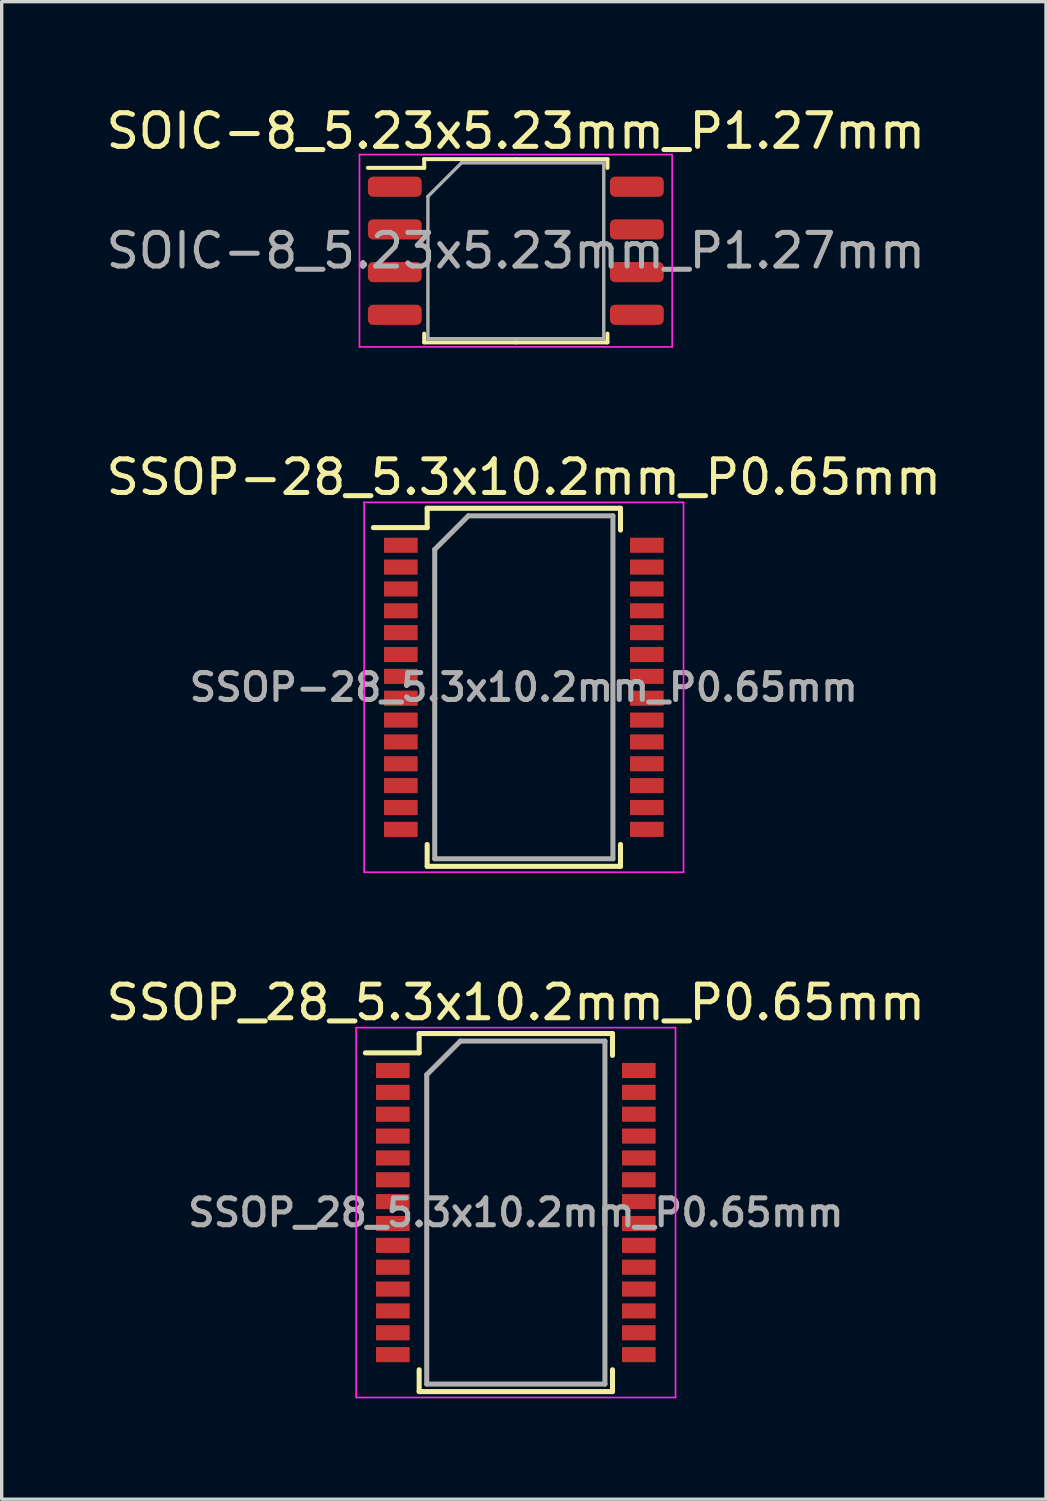
<source format=kicad_pcb>
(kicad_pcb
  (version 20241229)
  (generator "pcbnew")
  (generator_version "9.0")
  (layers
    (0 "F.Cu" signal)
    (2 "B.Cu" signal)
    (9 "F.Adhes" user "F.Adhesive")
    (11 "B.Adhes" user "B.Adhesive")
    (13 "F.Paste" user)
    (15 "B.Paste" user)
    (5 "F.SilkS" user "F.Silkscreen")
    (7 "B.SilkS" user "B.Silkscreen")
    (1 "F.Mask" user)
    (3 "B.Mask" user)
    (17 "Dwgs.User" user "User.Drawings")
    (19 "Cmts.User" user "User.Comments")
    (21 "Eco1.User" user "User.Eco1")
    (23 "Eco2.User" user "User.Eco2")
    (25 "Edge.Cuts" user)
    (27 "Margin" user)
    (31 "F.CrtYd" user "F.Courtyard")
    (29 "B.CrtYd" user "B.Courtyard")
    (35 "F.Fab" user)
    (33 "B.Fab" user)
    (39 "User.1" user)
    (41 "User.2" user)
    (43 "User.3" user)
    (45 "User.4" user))
  (footprint "SOIC-8_5.23x5.23mm_P1.27mm"
    (layer "F.Cu")
    (at 12.292 4.408)
    (property "Reference" "SOIC-8_5.23x5.23mm_P1.27mm" (at 0 -3.56 0) (layer "F.SilkS") (effects (font (size 1 1) (thickness 0.15))))
    (attr smd)
    (fp_line (start -2.725 -2.725) (end -2.725 -2.465) (stroke (width 0.12) (type solid)) (layer "F.SilkS"))
    (fp_line (start -2.725 -2.465) (end -4.4 -2.465) (stroke (width 0.12) (type solid)) (layer "F.SilkS"))
    (fp_line (start -2.725 2.725) (end -2.725 2.465) (stroke (width 0.12) (type solid)) (layer "F.SilkS"))
    (fp_line (start 0 -2.725) (end -2.725 -2.725) (stroke (width 0.12) (type solid)) (layer "F.SilkS"))
    (fp_line (start 0 -2.725) (end 2.725 -2.725) (stroke (width 0.12) (type solid)) (layer "F.SilkS"))
    (fp_line (start 0 2.725) (end -2.725 2.725) (stroke (width 0.12) (type solid)) (layer "F.SilkS"))
    (fp_line (start 0 2.725) (end 2.725 2.725) (stroke (width 0.12) (type solid)) (layer "F.SilkS"))
    (fp_line (start 2.725 -2.725) (end 2.725 -2.465) (stroke (width 0.12) (type solid)) (layer "F.SilkS"))
    (fp_line (start 2.725 2.725) (end 2.725 2.465) (stroke (width 0.12) (type solid)) (layer "F.SilkS"))
    (fp_line (start -4.65 -2.86) (end -4.65 2.86) (stroke (width 0.05) (type solid)) (layer "F.CrtYd"))
    (fp_line (start -4.65 2.86) (end 4.65 2.86) (stroke (width 0.05) (type solid)) (layer "F.CrtYd"))
    (fp_line (start 4.65 -2.86) (end -4.65 -2.86) (stroke (width 0.05) (type solid)) (layer "F.CrtYd"))
    (fp_line (start 4.65 2.86) (end 4.65 -2.86) (stroke (width 0.05) (type solid)) (layer "F.CrtYd"))
    (fp_line (start -2.615 -1.615) (end -1.615 -2.615) (stroke (width 0.1) (type solid)) (layer "F.Fab"))
    (fp_line (start -2.615 2.615) (end -2.615 -1.615) (stroke (width 0.1) (type solid)) (layer "F.Fab"))
    (fp_line (start -1.615 -2.615) (end 2.615 -2.615) (stroke (width 0.1) (type solid)) (layer "F.Fab"))
    (fp_line (start 2.615 -2.615) (end 2.615 2.615) (stroke (width 0.1) (type solid)) (layer "F.Fab"))
    (fp_line (start 2.615 2.615) (end -2.615 2.615) (stroke (width 0.1) (type solid)) (layer "F.Fab"))
    (fp_text user "${REFERENCE}" (at 0 0 0) (layer "F.Fab") (effects (font (size 1 1) (thickness 0.15))))
    (pad "1" smd roundrect (at -3.6 -1.905) (size 1.6 0.6) (layers "F.Cu" "F.Mask" "F.Paste") (roundrect_rratio 0.25))
    (pad "2" smd roundrect (at -3.6 -0.635) (size 1.6 0.6) (layers "F.Cu" "F.Mask" "F.Paste") (roundrect_rratio 0.25))
    (pad "3" smd roundrect (at -3.6 0.635) (size 1.6 0.6) (layers "F.Cu" "F.Mask" "F.Paste") (roundrect_rratio 0.25))
    (pad "4" smd roundrect (at -3.6 1.905) (size 1.6 0.6) (layers "F.Cu" "F.Mask" "F.Paste") (roundrect_rratio 0.25))
    (pad "5" smd roundrect (at 3.6 1.905) (size 1.6 0.6) (layers "F.Cu" "F.Mask" "F.Paste") (roundrect_rratio 0.25))
    (pad "6" smd roundrect (at 3.6 0.635) (size 1.6 0.6) (layers "F.Cu" "F.Mask" "F.Paste") (roundrect_rratio 0.25))
    (pad "7" smd roundrect (at 3.6 -0.635) (size 1.6 0.6) (layers "F.Cu" "F.Mask" "F.Paste") (roundrect_rratio 0.25))
    (pad "8" smd roundrect (at 3.6 -1.905) (size 1.6 0.6) (layers "F.Cu" "F.Mask" "F.Paste") (roundrect_rratio 0.25)))
  (footprint "SSOP_28_5.3x10.2mm_P0.65mm"
    (layer "F.Cu")
    (at 12.292 33.015)
    (property "Reference" "SSOP_28_5.3x10.2mm_P0.65mm" (at 0 -6.25 0) (layer "F.SilkS") (effects (font (size 1 1) (thickness 0.15))))
    (attr smd)
    (fp_line (start -2.875 -5.325) (end -2.875 -4.75) (stroke (width 0.15) (type solid)) (layer "F.SilkS"))
    (fp_line (start -2.875 -5.325) (end 2.875 -5.325) (stroke (width 0.15) (type solid)) (layer "F.SilkS"))
    (fp_line (start -2.875 -4.75) (end -4.475 -4.75) (stroke (width 0.15) (type solid)) (layer "F.SilkS"))
    (fp_line (start -2.875 5.325) (end -2.875 4.675) (stroke (width 0.15) (type solid)) (layer "F.SilkS"))
    (fp_line (start -2.875 5.325) (end 2.875 5.325) (stroke (width 0.15) (type solid)) (layer "F.SilkS"))
    (fp_line (start 2.875 -5.325) (end 2.875 -4.675) (stroke (width 0.15) (type solid)) (layer "F.SilkS"))
    (fp_line (start 2.875 5.325) (end 2.875 4.675) (stroke (width 0.15) (type solid)) (layer "F.SilkS"))
    (fp_line (start -4.75 -5.5) (end -4.75 5.5) (stroke (width 0.05) (type solid)) (layer "F.CrtYd"))
    (fp_line (start -4.75 -5.5) (end 4.75 -5.5) (stroke (width 0.05) (type solid)) (layer "F.CrtYd"))
    (fp_line (start -4.75 5.5) (end 4.75 5.5) (stroke (width 0.05) (type solid)) (layer "F.CrtYd"))
    (fp_line (start 4.75 -5.5) (end 4.75 5.5) (stroke (width 0.05) (type solid)) (layer "F.CrtYd"))
    (fp_line (start -2.65 -4.1) (end -1.65 -5.1) (stroke (width 0.15) (type solid)) (layer "F.Fab"))
    (fp_line (start -2.65 5.1) (end -2.65 -4.1) (stroke (width 0.15) (type solid)) (layer "F.Fab"))
    (fp_line (start -1.65 -5.1) (end 2.65 -5.1) (stroke (width 0.15) (type solid)) (layer "F.Fab"))
    (fp_line (start 2.65 -5.1) (end 2.65 5.1) (stroke (width 0.15) (type solid)) (layer "F.Fab"))
    (fp_line (start 2.65 5.1) (end -2.65 5.1) (stroke (width 0.15) (type solid)) (layer "F.Fab"))
    (fp_text user "${REFERENCE}" (at 0 0 0) (layer "F.Fab") (effects (font (size 0.8 0.8) (thickness 0.15))))
    (pad "1" smd rect (at -3.658 -4.225) (size 1 0.45) (layers "F.Cu" "F.Mask" "F.Paste"))
    (pad "2" smd rect (at -3.658 -3.575) (size 1 0.45) (layers "F.Cu" "F.Mask" "F.Paste"))
    (pad "3" smd rect (at -3.658 -2.925) (size 1 0.45) (layers "F.Cu" "F.Mask" "F.Paste"))
    (pad "4" smd rect (at -3.658 -2.275) (size 1 0.45) (layers "F.Cu" "F.Mask" "F.Paste"))
    (pad "5" smd rect (at -3.658 -1.625) (size 1 0.45) (layers "F.Cu" "F.Mask" "F.Paste"))
    (pad "6" smd rect (at -3.658 -0.975) (size 1 0.45) (layers "F.Cu" "F.Mask" "F.Paste"))
    (pad "7" smd rect (at -3.658 -0.325) (size 1 0.45) (layers "F.Cu" "F.Mask" "F.Paste"))
    (pad "8" smd rect (at -3.658 0.325) (size 1 0.45) (layers "F.Cu" "F.Mask" "F.Paste"))
    (pad "9" smd rect (at -3.658 0.975) (size 1 0.45) (layers "F.Cu" "F.Mask" "F.Paste"))
    (pad "10" smd rect (at -3.658 1.625) (size 1 0.45) (layers "F.Cu" "F.Mask" "F.Paste"))
    (pad "11" smd rect (at -3.658 2.275) (size 1 0.45) (layers "F.Cu" "F.Mask" "F.Paste"))
    (pad "12" smd rect (at -3.658 2.925) (size 1 0.45) (layers "F.Cu" "F.Mask" "F.Paste"))
    (pad "13" smd rect (at -3.658 3.575) (size 1 0.45) (layers "F.Cu" "F.Mask" "F.Paste"))
    (pad "14" smd rect (at -3.658 4.225) (size 1 0.45) (layers "F.Cu" "F.Mask" "F.Paste"))
    (pad "15" smd rect (at 3.658 4.225) (size 1 0.45) (layers "F.Cu" "F.Mask" "F.Paste"))
    (pad "16" smd rect (at 3.658 3.575) (size 1 0.45) (layers "F.Cu" "F.Mask" "F.Paste"))
    (pad "17" smd rect (at 3.658 2.925) (size 1 0.45) (layers "F.Cu" "F.Mask" "F.Paste"))
    (pad "18" smd rect (at 3.658 2.275) (size 1 0.45) (layers "F.Cu" "F.Mask" "F.Paste"))
    (pad "19" smd rect (at 3.658 1.625) (size 1 0.45) (layers "F.Cu" "F.Mask" "F.Paste"))
    (pad "20" smd rect (at 3.658 0.975) (size 1 0.45) (layers "F.Cu" "F.Mask" "F.Paste"))
    (pad "21" smd rect (at 3.658 0.325) (size 1 0.45) (layers "F.Cu" "F.Mask" "F.Paste"))
    (pad "22" smd rect (at 3.658 -0.325) (size 1 0.45) (layers "F.Cu" "F.Mask" "F.Paste"))
    (pad "23" smd rect (at 3.658 -0.975) (size 1 0.45) (layers "F.Cu" "F.Mask" "F.Paste"))
    (pad "24" smd rect (at 3.658 -1.625) (size 1 0.45) (layers "F.Cu" "F.Mask" "F.Paste"))
    (pad "25" smd rect (at 3.658 -2.275) (size 1 0.45) (layers "F.Cu" "F.Mask" "F.Paste"))
    (pad "26" smd rect (at 3.658 -2.925) (size 1 0.45) (layers "F.Cu" "F.Mask" "F.Paste"))
    (pad "27" smd rect (at 3.658 -3.575) (size 1 0.45) (layers "F.Cu" "F.Mask" "F.Paste"))
    (pad "28" smd rect (at 3.658 -4.225) (size 1 0.45) (layers "F.Cu" "F.Mask" "F.Paste")))
  (footprint "SSOP-28_5.3x10.2mm_P0.65mm"
    (layer "F.Cu")
    (at 12.53 17.392)
    (property "Reference" "SSOP-28_5.3x10.2mm_P0.65mm" (at 0 -6.25 0) (layer "F.SilkS") (effects (font (size 1 1) (thickness 0.15))))
    (attr smd)
    (fp_line (start -2.875 -5.325) (end -2.875 -4.75) (stroke (width 0.15) (type solid)) (layer "F.SilkS"))
    (fp_line (start -2.875 -5.325) (end 2.875 -5.325) (stroke (width 0.15) (type solid)) (layer "F.SilkS"))
    (fp_line (start -2.875 -4.75) (end -4.475 -4.75) (stroke (width 0.15) (type solid)) (layer "F.SilkS"))
    (fp_line (start -2.875 5.325) (end -2.875 4.675) (stroke (width 0.15) (type solid)) (layer "F.SilkS"))
    (fp_line (start -2.875 5.325) (end 2.875 5.325) (stroke (width 0.15) (type solid)) (layer "F.SilkS"))
    (fp_line (start 2.875 -5.325) (end 2.875 -4.675) (stroke (width 0.15) (type solid)) (layer "F.SilkS"))
    (fp_line (start 2.875 5.325) (end 2.875 4.675) (stroke (width 0.15) (type solid)) (layer "F.SilkS"))
    (fp_line (start -4.75 -5.5) (end -4.75 5.5) (stroke (width 0.05) (type solid)) (layer "F.CrtYd"))
    (fp_line (start -4.75 -5.5) (end 4.75 -5.5) (stroke (width 0.05) (type solid)) (layer "F.CrtYd"))
    (fp_line (start -4.75 5.5) (end 4.75 5.5) (stroke (width 0.05) (type solid)) (layer "F.CrtYd"))
    (fp_line (start 4.75 -5.5) (end 4.75 5.5) (stroke (width 0.05) (type solid)) (layer "F.CrtYd"))
    (fp_line (start -2.65 -4.1) (end -1.65 -5.1) (stroke (width 0.15) (type solid)) (layer "F.Fab"))
    (fp_line (start -2.65 5.1) (end -2.65 -4.1) (stroke (width 0.15) (type solid)) (layer "F.Fab"))
    (fp_line (start -1.65 -5.1) (end 2.65 -5.1) (stroke (width 0.15) (type solid)) (layer "F.Fab"))
    (fp_line (start 2.65 -5.1) (end 2.65 5.1) (stroke (width 0.15) (type solid)) (layer "F.Fab"))
    (fp_line (start 2.65 5.1) (end -2.65 5.1) (stroke (width 0.15) (type solid)) (layer "F.Fab"))
    (fp_text user "${REFERENCE}" (at 0 0 0) (layer "F.Fab") (effects (font (size 0.8 0.8) (thickness 0.15))))
    (pad "1" smd rect (at -3.658 -4.225) (size 1 0.45) (layers "F.Cu" "F.Mask" "F.Paste"))
    (pad "2" smd rect (at -3.658 -3.575) (size 1 0.45) (layers "F.Cu" "F.Mask" "F.Paste"))
    (pad "3" smd rect (at -3.658 -2.925) (size 1 0.45) (layers "F.Cu" "F.Mask" "F.Paste"))
    (pad "4" smd rect (at -3.658 -2.275) (size 1 0.45) (layers "F.Cu" "F.Mask" "F.Paste"))
    (pad "5" smd rect (at -3.658 -1.625) (size 1 0.45) (layers "F.Cu" "F.Mask" "F.Paste"))
    (pad "6" smd rect (at -3.658 -0.975) (size 1 0.45) (layers "F.Cu" "F.Mask" "F.Paste"))
    (pad "7" smd rect (at -3.658 -0.325) (size 1 0.45) (layers "F.Cu" "F.Mask" "F.Paste"))
    (pad "8" smd rect (at -3.658 0.325) (size 1 0.45) (layers "F.Cu" "F.Mask" "F.Paste"))
    (pad "9" smd rect (at -3.658 0.975) (size 1 0.45) (layers "F.Cu" "F.Mask" "F.Paste"))
    (pad "10" smd rect (at -3.658 1.625) (size 1 0.45) (layers "F.Cu" "F.Mask" "F.Paste"))
    (pad "11" smd rect (at -3.658 2.275) (size 1 0.45) (layers "F.Cu" "F.Mask" "F.Paste"))
    (pad "12" smd rect (at -3.658 2.925) (size 1 0.45) (layers "F.Cu" "F.Mask" "F.Paste"))
    (pad "13" smd rect (at -3.658 3.575) (size 1 0.45) (layers "F.Cu" "F.Mask" "F.Paste"))
    (pad "14" smd rect (at -3.658 4.225) (size 1 0.45) (layers "F.Cu" "F.Mask" "F.Paste"))
    (pad "15" smd rect (at 3.658 4.225) (size 1 0.45) (layers "F.Cu" "F.Mask" "F.Paste"))
    (pad "16" smd rect (at 3.658 3.575) (size 1 0.45) (layers "F.Cu" "F.Mask" "F.Paste"))
    (pad "17" smd rect (at 3.658 2.925) (size 1 0.45) (layers "F.Cu" "F.Mask" "F.Paste"))
    (pad "18" smd rect (at 3.658 2.275) (size 1 0.45) (layers "F.Cu" "F.Mask" "F.Paste"))
    (pad "19" smd rect (at 3.658 1.625) (size 1 0.45) (layers "F.Cu" "F.Mask" "F.Paste"))
    (pad "20" smd rect (at 3.658 0.975) (size 1 0.45) (layers "F.Cu" "F.Mask" "F.Paste"))
    (pad "21" smd rect (at 3.658 0.325) (size 1 0.45) (layers "F.Cu" "F.Mask" "F.Paste"))
    (pad "22" smd rect (at 3.658 -0.325) (size 1 0.45) (layers "F.Cu" "F.Mask" "F.Paste"))
    (pad "23" smd rect (at 3.658 -0.975) (size 1 0.45) (layers "F.Cu" "F.Mask" "F.Paste"))
    (pad "24" smd rect (at 3.658 -1.625) (size 1 0.45) (layers "F.Cu" "F.Mask" "F.Paste"))
    (pad "25" smd rect (at 3.658 -2.275) (size 1 0.45) (layers "F.Cu" "F.Mask" "F.Paste"))
    (pad "26" smd rect (at 3.658 -2.925) (size 1 0.45) (layers "F.Cu" "F.Mask" "F.Paste"))
    (pad "27" smd rect (at 3.658 -3.575) (size 1 0.45) (layers "F.Cu" "F.Mask" "F.Paste"))
    (pad "28" smd rect (at 3.658 -4.225) (size 1 0.45) (layers "F.Cu" "F.Mask" "F.Paste")))
  (gr_rect
    (start -3 -3)
    (end 28.06 41.54)
    (stroke (width 0.1) (type default))
    (fill no)
    (layer "Edge.Cuts")))
</source>
